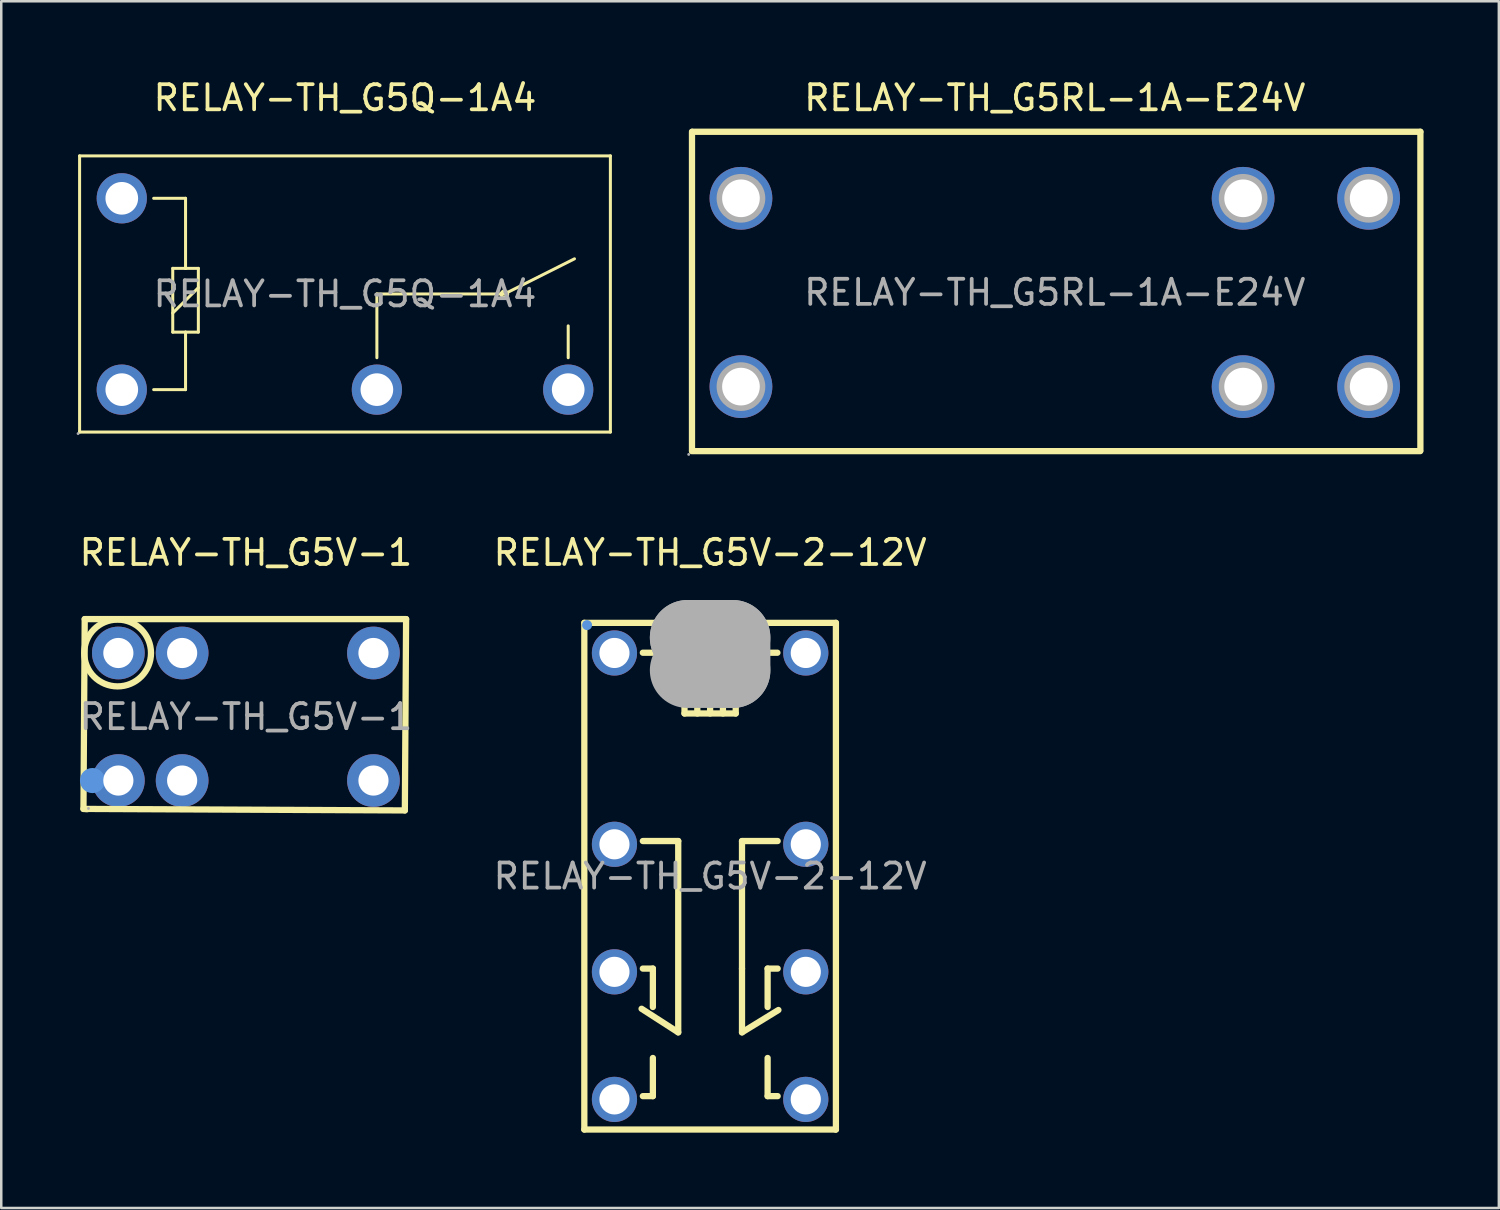
<source format=kicad_pcb>
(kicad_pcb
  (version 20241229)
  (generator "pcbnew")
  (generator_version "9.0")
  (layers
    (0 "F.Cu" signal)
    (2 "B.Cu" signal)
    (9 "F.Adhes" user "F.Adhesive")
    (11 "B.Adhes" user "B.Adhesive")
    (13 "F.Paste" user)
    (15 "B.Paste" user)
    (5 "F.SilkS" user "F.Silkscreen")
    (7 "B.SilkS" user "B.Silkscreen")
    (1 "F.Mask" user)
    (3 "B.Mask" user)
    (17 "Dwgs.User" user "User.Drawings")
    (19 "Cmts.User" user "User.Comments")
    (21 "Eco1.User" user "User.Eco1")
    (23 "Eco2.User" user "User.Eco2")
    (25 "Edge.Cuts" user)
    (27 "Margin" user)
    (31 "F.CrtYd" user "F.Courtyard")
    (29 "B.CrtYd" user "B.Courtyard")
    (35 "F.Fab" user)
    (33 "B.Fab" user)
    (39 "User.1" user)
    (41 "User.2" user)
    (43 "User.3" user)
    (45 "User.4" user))
  (footprint "RELAY-TH_G5Q-1A4"
    (layer "F.Cu")
    (at 10.69 8.658)
    (property "Reference" "RELAY-TH_G5Q-1A4" (at 0 -7.81 0) (layer "F.SilkS") (effects (font (size 1 1) (thickness 0.15))))
    (attr through_hole)
    (fp_line (start -10.57 -5.5) (end -10.57 5.5) (stroke (width 0.12) (type solid)) (layer "F.SilkS"))
    (fp_line (start -10.57 5.5) (end 10.57 5.5) (stroke (width 0.12) (type solid)) (layer "F.SilkS"))
    (fp_line (start -7.62 3.81) (end -6.35 3.81) (stroke (width 0.12) (type solid)) (layer "F.SilkS"))
    (fp_line (start -6.86 -1.02) (end -6.35 -1.02) (stroke (width 0.12) (type solid)) (layer "F.SilkS"))
    (fp_line (start -6.86 0.76) (end -5.84 -0.25) (stroke (width 0.12) (type solid)) (layer "F.SilkS"))
    (fp_line (start -6.86 1.52) (end -6.86 -1.02) (stroke (width 0.12) (type solid)) (layer "F.SilkS"))
    (fp_line (start -6.35 -3.81) (end -7.62 -3.81) (stroke (width 0.12) (type solid)) (layer "F.SilkS"))
    (fp_line (start -6.35 -1.02) (end -6.35 -3.81) (stroke (width 0.12) (type solid)) (layer "F.SilkS"))
    (fp_line (start -6.35 -1.02) (end -5.84 -1.02) (stroke (width 0.12) (type solid)) (layer "F.SilkS"))
    (fp_line (start -6.35 1.52) (end -6.86 1.52) (stroke (width 0.12) (type solid)) (layer "F.SilkS"))
    (fp_line (start -6.35 3.81) (end -6.35 1.52) (stroke (width 0.12) (type solid)) (layer "F.SilkS"))
    (fp_line (start -5.84 -1.02) (end -5.84 1.52) (stroke (width 0.12) (type solid)) (layer "F.SilkS"))
    (fp_line (start -5.84 1.52) (end -6.35 1.52) (stroke (width 0.12) (type solid)) (layer "F.SilkS"))
    (fp_line (start 1.27 0) (end 6.35 0) (stroke (width 0.12) (type solid)) (layer "F.SilkS"))
    (fp_line (start 1.27 2.54) (end 1.27 0) (stroke (width 0.12) (type solid)) (layer "F.SilkS"))
    (fp_line (start 6.35 0) (end 9.14 -1.4) (stroke (width 0.12) (type solid)) (layer "F.SilkS"))
    (fp_line (start 8.89 2.54) (end 8.89 1.27) (stroke (width 0.12) (type solid)) (layer "F.SilkS"))
    (fp_line (start 10.57 -5.5) (end -10.57 -5.5) (stroke (width 0.12) (type solid)) (layer "F.SilkS"))
    (fp_line (start 10.57 5.5) (end 10.57 -5.5) (stroke (width 0.12) (type solid)) (layer "F.SilkS"))
    (fp_arc (start 6.48 0.01) (mid 6.220096 0.015002) (end 6.479615 0.000004) (stroke (width 0.12) (type solid)) (layer "F.SilkS"))
    (fp_circle (center -10.63 5.56) (end -10.6 5.56) (stroke (width 0.06) (type solid)) (fill no) (layer "F.Fab"))
    (fp_circle (center -8.89 -3.81) (end -8.61 -3.81) (stroke (width 0.55) (type solid)) (fill no) (layer "F.Fab"))
    (fp_circle (center -8.89 3.81) (end -8.61 3.81) (stroke (width 0.55) (type solid)) (fill no) (layer "F.Fab"))
    (fp_circle (center 1.27 3.81) (end 1.55 3.81) (stroke (width 0.55) (type solid)) (fill no) (layer "F.Fab"))
    (fp_circle (center 8.89 3.81) (end 9.17 3.81) (stroke (width 0.55) (type solid)) (fill no) (layer "F.Fab"))
    (fp_text user "${REFERENCE}" (at 0 0 0) (layer "F.Fab") (effects (font (size 1 1) (thickness 0.15))))
    (pad "1" thru_hole circle (at -8.89 3.81 180) (size 2 2) (drill 1.3) (layers "*.Cu" "*.Paste" "*.Mask"))
    (pad "2" thru_hole circle (at 1.27 3.81 180) (size 2 2) (drill 1.3) (layers "*.Cu" "*.Paste" "*.Mask"))
    (pad "3" thru_hole circle (at 8.89 3.81 180) (size 2 2) (drill 1.3) (layers "*.Cu" "*.Paste" "*.Mask"))
    (pad "5" thru_hole circle (at -8.89 -3.81 180) (size 2 2) (drill 1.3) (layers "*.Cu" "*.Paste" "*.Mask")))
  (footprint "RELAY-TH_G5V-1"
    (layer "F.Cu")
    (at 6.744 25.497)
    (property "Reference" "RELAY-TH_G5V-1" (at 0 -6.54 0) (layer "F.SilkS") (effects (font (size 1 1) (thickness 0.15))))
    (attr through_hole)
    (fp_line (start -6.47 3.67) (end -6.42 -3.89) (stroke (width 0.25) (type solid)) (layer "F.SilkS"))
    (fp_line (start -6.42 -3.89) (end 6.38 -3.89) (stroke (width 0.25) (type solid)) (layer "F.SilkS"))
    (fp_line (start -6.32 3.68) (end -6.47 3.67) (stroke (width 0.25) (type solid)) (layer "F.SilkS"))
    (fp_line (start 6.33 3.73) (end -6.4 3.67) (stroke (width 0.25) (type solid)) (layer "F.SilkS"))
    (fp_line (start 6.38 -3.89) (end 6.33 3.73) (stroke (width 0.25) (type solid)) (layer "F.SilkS"))
    (fp_circle (center -5.11 -2.54) (end -3.78 -2.54) (stroke (width 0.25) (type solid)) (fill no) (layer "F.SilkS"))
    (fp_circle (center -6.11 2.54) (end -5.86 2.54) (stroke (width 0.5) (type solid)) (fill no) (layer "Cmts.User"))
    (fp_circle (center -6.27 3.65) (end -6.24 3.65) (stroke (width 0.06) (type solid)) (fill no) (layer "F.Fab"))
    (fp_text user "${REFERENCE}" (at 0 0 0) (layer "F.Fab") (effects (font (size 1 1) (thickness 0.15))))
    (pad "1" thru_hole circle (at -5.08 2.54 180) (size 2.1 2.1) (drill 1.2) (layers "*.Cu" "*.Paste" "*.Mask"))
    (pad "2" thru_hole circle (at -2.54 2.54 180) (size 2.1 2.1) (drill 1.2) (layers "*.Cu" "*.Paste" "*.Mask"))
    (pad "5" thru_hole circle (at 5.08 2.54 90) (size 2.1 2.1) (drill 1.2) (layers "*.Cu" "*.Paste" "*.Mask"))
    (pad "6" thru_hole circle (at 5.08 -2.54 90) (size 2.1 2.1) (drill 1.2) (layers "*.Cu" "*.Paste" "*.Mask"))
    (pad "9" thru_hole circle (at -2.54 -2.54 180) (size 2.1 2.1) (drill 1.2) (layers "*.Cu" "*.Paste" "*.Mask"))
    (pad "10" thru_hole circle (at -5.08 -2.54 180) (size 2.1 2.1) (drill 1.2) (layers "*.Cu" "*.Paste" "*.Mask")))
  (footprint "RELAY-TH_G5RL-1A-E24V"
    (layer "F.Cu")
    (at 38.96 8.598)
    (property "Reference" "RELAY-TH_G5RL-1A-E24V" (at 0 -7.75 0) (layer "F.SilkS") (effects (font (size 1 1) (thickness 0.15))))
    (attr through_hole)
    (fp_line (start -14.45 -6.4) (end -14.45 6.3) (stroke (width 0.25) (type solid)) (layer "F.SilkS"))
    (fp_line (start -14.45 6.32) (end 14.55 6.32) (stroke (width 0.25) (type solid)) (layer "F.SilkS"))
    (fp_line (start -14.44 -6.4) (end 14.56 -6.4) (stroke (width 0.25) (type solid)) (layer "F.SilkS"))
    (fp_line (start 14.56 -6.4) (end 14.56 6.3) (stroke (width 0.25) (type solid)) (layer "F.SilkS"))
    (fp_circle (center -14.58 6.45) (end -14.55 6.45) (stroke (width 0.06) (type solid)) (fill no) (layer "F.Fab"))
    (fp_circle (center -12.5 -3.75) (end -12.18 -3.75) (stroke (width 0.65) (type solid)) (fill no) (layer "F.Fab"))
    (fp_circle (center -12.5 3.75) (end -12.18 3.75) (stroke (width 0.65) (type solid)) (fill no) (layer "F.Fab"))
    (fp_circle (center 7.5 -3.75) (end 7.82 -3.75) (stroke (width 0.65) (type solid)) (fill no) (layer "F.Fab"))
    (fp_circle (center 7.5 3.75) (end 7.82 3.75) (stroke (width 0.65) (type solid)) (fill no) (layer "F.Fab"))
    (fp_circle (center 12.5 -3.75) (end 12.82 -3.75) (stroke (width 0.65) (type solid)) (fill no) (layer "F.Fab"))
    (fp_circle (center 12.5 3.75) (end 12.82 3.75) (stroke (width 0.65) (type solid)) (fill no) (layer "F.Fab"))
    (fp_text user "${REFERENCE}" (at 0 0 0) (layer "F.Fab") (effects (font (size 1 1) (thickness 0.15))))
    (pad "1" thru_hole circle (at -12.5 3.75) (size 2.5 2.5) (drill 1.5) (layers "*.Cu" "*.Paste" "*.Mask"))
    (pad "3" thru_hole circle (at 7.5 3.75) (size 2.5 2.5) (drill 1.5) (layers "*.Cu" "*.Paste" "*.Mask"))
    (pad "4" thru_hole circle (at 12.5 3.75) (size 2.5 2.5) (drill 1.5) (layers "*.Cu" "*.Paste" "*.Mask"))
    (pad "5" thru_hole circle (at 12.5 -3.75) (size 2.5 2.5) (drill 1.5) (layers "*.Cu" "*.Paste" "*.Mask"))
    (pad "6" thru_hole circle (at 7.5 -3.75) (size 2.5 2.5) (drill 1.5) (layers "*.Cu" "*.Paste" "*.Mask"))
    (pad "8" thru_hole circle (at -12.5 -3.75) (size 2.5 2.5) (drill 1.5) (layers "*.Cu" "*.Paste" "*.Mask")))
  (footprint "RELAY-TH_G5V-2-12V"
    (layer "F.Cu")
    (at 25.232 31.846)
    (property "Reference" "RELAY-TH_G5V-2-12V" (at 0 -12.89 0) (layer "F.SilkS") (effects (font (size 1 1) (thickness 0.15))))
    (attr through_hole)
    (fp_line (start -5.01 -10.09) (end 5.01 -10.09) (stroke (width 0.25) (type solid)) (layer "F.SilkS"))
    (fp_line (start -5.01 10.09) (end -5.01 -10.09) (stroke (width 0.25) (type solid)) (layer "F.SilkS"))
    (fp_line (start -2.28 3.68) (end -2.68 3.68) (stroke (width 0.25) (type solid)) (layer "F.SilkS"))
    (fp_line (start -2.28 3.68) (end -2.28 5.21) (stroke (width 0.25) (type solid)) (layer "F.SilkS"))
    (fp_line (start -2.28 8.76) (end -2.68 8.76) (stroke (width 0.25) (type solid)) (layer "F.SilkS"))
    (fp_line (start -2.28 8.76) (end -2.28 7.24) (stroke (width 0.25) (type solid)) (layer "F.SilkS"))
    (fp_line (start -1.27 -1.4) (end -2.68 -1.4) (stroke (width 0.25) (type solid)) (layer "F.SilkS"))
    (fp_line (start -1.27 -1.4) (end -1.27 6.22) (stroke (width 0.25) (type solid)) (layer "F.SilkS"))
    (fp_line (start -1.27 6.22) (end -2.73 5.28) (stroke (width 0.25) (type solid)) (layer "F.SilkS"))
    (fp_line (start -1.02 -7.5) (end 1.02 -7.5) (stroke (width 0.25) (type solid)) (layer "F.SilkS"))
    (fp_line (start -1.02 -6.48) (end -1.02 -7.5) (stroke (width 0.25) (type solid)) (layer "F.SilkS"))
    (fp_line (start -0.9 -8.9) (end -2.68 -8.9) (stroke (width 0.25) (type solid)) (layer "F.SilkS"))
    (fp_line (start -0.51 -6.48) (end -0.51 -7.5) (stroke (width 0.25) (type solid)) (layer "F.SilkS"))
    (fp_line (start 0 -6.48) (end 0 -7.5) (stroke (width 0.25) (type solid)) (layer "F.SilkS"))
    (fp_line (start 0.51 -6.48) (end 0.51 -7.5) (stroke (width 0.25) (type solid)) (layer "F.SilkS"))
    (fp_line (start 0.9 -8.9) (end 2.68 -8.9) (stroke (width 0.25) (type solid)) (layer "F.SilkS"))
    (fp_line (start 1.02 -7.5) (end 1.02 -6.48) (stroke (width 0.25) (type solid)) (layer "F.SilkS"))
    (fp_line (start 1.02 -6.48) (end -1.02 -6.48) (stroke (width 0.25) (type solid)) (layer "F.SilkS"))
    (fp_line (start 1.27 -1.4) (end 2.69 -1.4) (stroke (width 0.25) (type solid)) (layer "F.SilkS"))
    (fp_line (start 1.27 3.68) (end 1.27 -1.4) (stroke (width 0.25) (type solid)) (layer "F.SilkS"))
    (fp_line (start 1.27 6.22) (end 1.27 3.68) (stroke (width 0.25) (type solid)) (layer "F.SilkS"))
    (fp_line (start 2.29 3.68) (end 2.69 3.68) (stroke (width 0.25) (type solid)) (layer "F.SilkS"))
    (fp_line (start 2.29 5.21) (end 2.29 3.68) (stroke (width 0.25) (type solid)) (layer "F.SilkS"))
    (fp_line (start 2.29 7.24) (end 2.29 8.76) (stroke (width 0.25) (type solid)) (layer "F.SilkS"))
    (fp_line (start 2.29 8.76) (end 2.69 8.76) (stroke (width 0.25) (type solid)) (layer "F.SilkS"))
    (fp_line (start 2.72 5.33) (end 1.27 6.22) (stroke (width 0.25) (type solid)) (layer "F.SilkS"))
    (fp_line (start 5.01 -10.09) (end 5.01 10.08) (stroke (width 0.25) (type solid)) (layer "F.SilkS"))
    (fp_line (start 5.01 10.08) (end 5 10.09) (stroke (width 0.25) (type solid)) (layer "F.SilkS"))
    (fp_line (start 5.01 10.09) (end -5.01 10.09) (stroke (width 0.25) (type solid)) (layer "F.SilkS"))
    (fp_circle (center -4.9 -10) (end -4.8 -10) (stroke (width 0.2) (type solid)) (fill no) (layer "Cmts.User"))
    (fp_line (start -0.9 -9.5) (end -0.9 -9.5) (stroke (width 3) (type solid)) (layer "F.Fab"))
    (fp_line (start -0.9 -9.5) (end 0.9 -9.5) (stroke (width 3) (type solid)) (layer "F.Fab"))
    (fp_line (start 0.9 -9.5) (end 0.9 -8.2) (stroke (width 3) (type solid)) (layer "F.Fab"))
    (fp_line (start 0.9 -8.2) (end -0.9 -8.2) (stroke (width 3) (type solid)) (layer "F.Fab"))
    (fp_circle (center -5.01 -10.09) (end -4.98 -10.09) (stroke (width 0.06) (type solid)) (fill no) (layer "F.Fab"))
    (fp_text user "${REFERENCE}" (at 0 0 0) (layer "F.Fab") (effects (font (size 1 1) (thickness 0.15))))
    (pad "1" thru_hole circle (at -3.81 -8.89 270) (size 1.8 1.8) (drill 1.2) (layers "*.Cu" "*.Paste" "*.Mask"))
    (pad "4" thru_hole circle (at -3.81 -1.27 270) (size 1.8 1.8) (drill 1.2) (layers "*.Cu" "*.Paste" "*.Mask"))
    (pad "6" thru_hole circle (at -3.81 3.81 270) (size 1.8 1.8) (drill 1.2) (layers "*.Cu" "*.Paste" "*.Mask"))
    (pad "8" thru_hole circle (at -3.81 8.89 270) (size 1.8 1.8) (drill 1.2) (layers "*.Cu" "*.Paste" "*.Mask"))
    (pad "9" thru_hole circle (at 3.81 8.89 270) (size 1.8 1.8) (drill 1.2) (layers "*.Cu" "*.Paste" "*.Mask"))
    (pad "11" thru_hole circle (at 3.81 3.81 270) (size 1.8 1.8) (drill 1.2) (layers "*.Cu" "*.Paste" "*.Mask"))
    (pad "13" thru_hole circle (at 3.81 -1.27 270) (size 1.8 1.8) (drill 1.2) (layers "*.Cu" "*.Paste" "*.Mask"))
    (pad "16" thru_hole circle (at 3.81 -8.89 270) (size 1.8 1.8) (drill 1.2) (layers "*.Cu" "*.Paste" "*.Mask")))
  (gr_rect
    (start -3 -3)
    (end 56.645 45.062)
    (stroke (width 0.1) (type default))
    (fill no)
    (layer "Edge.Cuts")))
</source>
